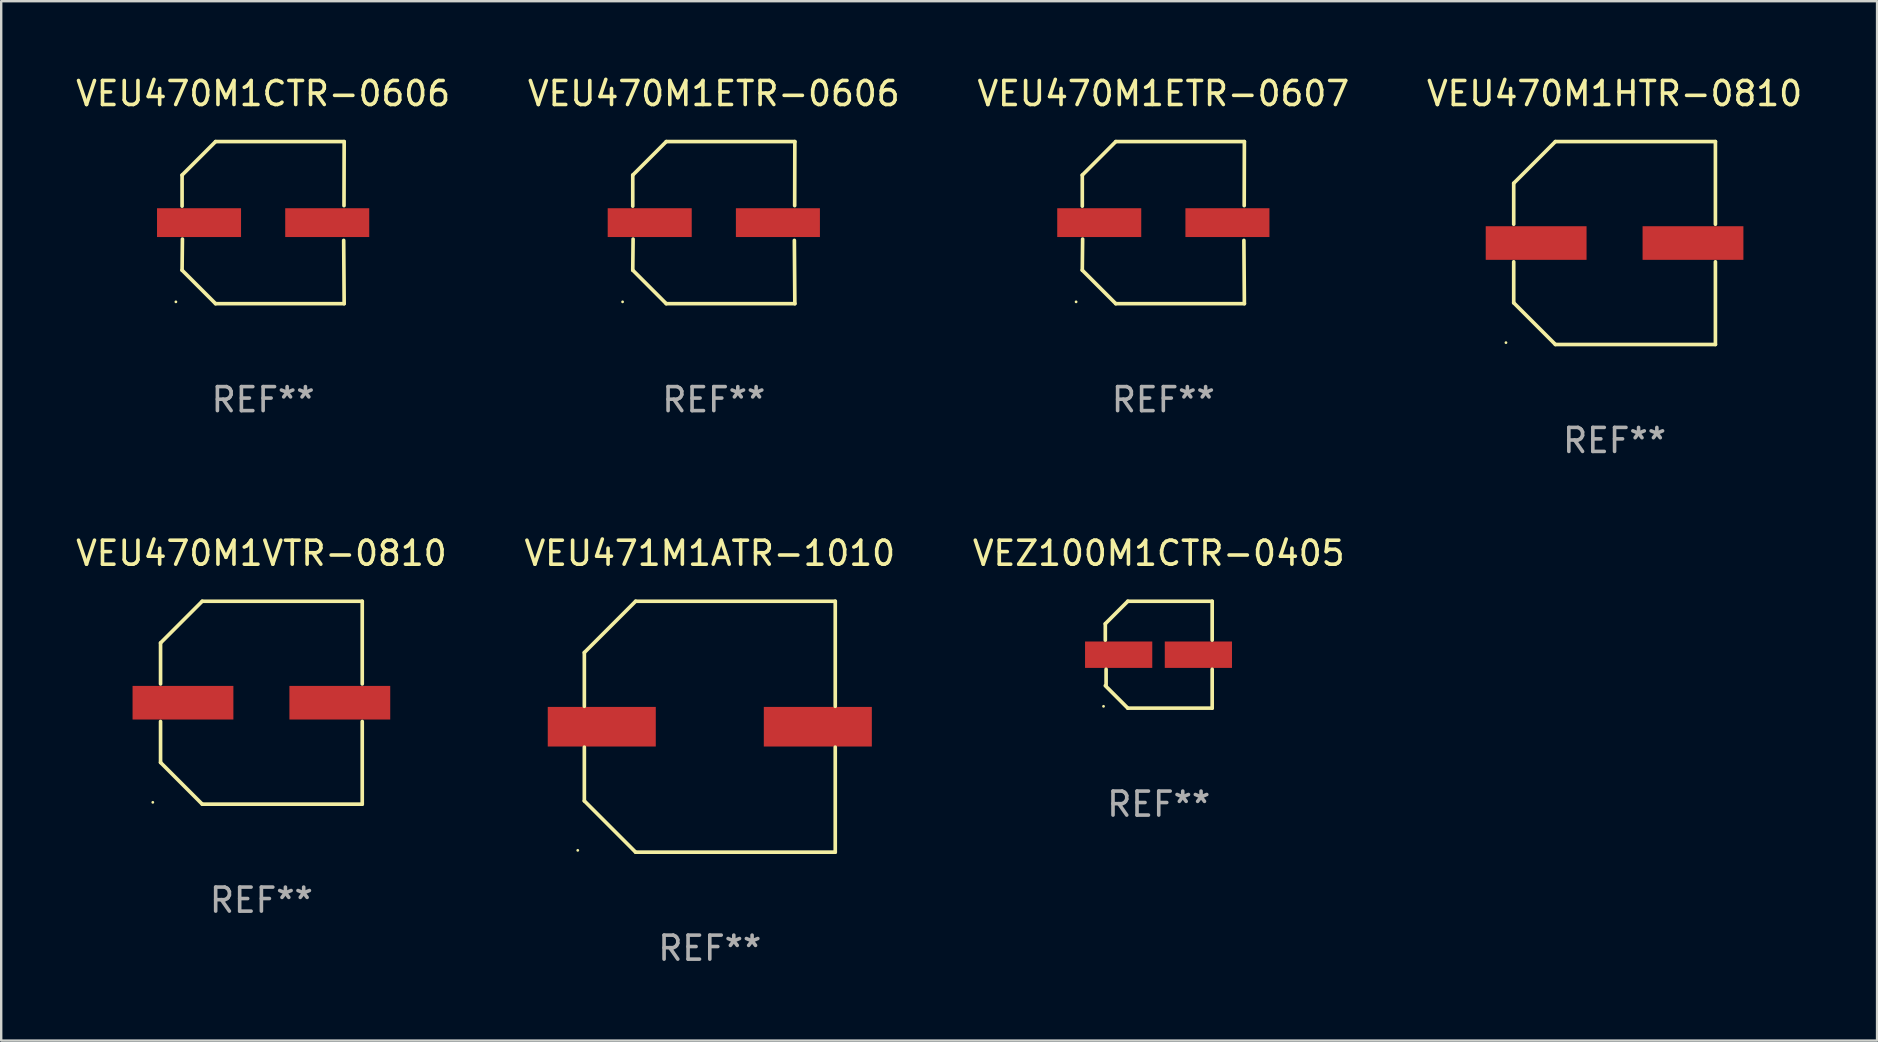
<source format=kicad_pcb>
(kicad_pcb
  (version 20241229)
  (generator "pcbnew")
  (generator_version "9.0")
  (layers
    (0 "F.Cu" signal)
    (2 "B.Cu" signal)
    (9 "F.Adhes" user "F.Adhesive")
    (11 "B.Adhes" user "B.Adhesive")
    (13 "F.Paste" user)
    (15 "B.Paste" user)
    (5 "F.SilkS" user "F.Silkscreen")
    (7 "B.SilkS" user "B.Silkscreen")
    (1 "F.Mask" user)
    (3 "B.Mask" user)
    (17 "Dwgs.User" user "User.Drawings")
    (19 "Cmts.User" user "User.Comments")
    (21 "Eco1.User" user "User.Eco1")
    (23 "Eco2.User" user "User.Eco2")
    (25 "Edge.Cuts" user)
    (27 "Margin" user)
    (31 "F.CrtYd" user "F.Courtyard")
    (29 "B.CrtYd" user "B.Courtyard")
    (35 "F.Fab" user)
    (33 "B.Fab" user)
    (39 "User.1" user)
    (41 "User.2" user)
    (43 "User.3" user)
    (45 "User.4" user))
  (footprint "VEZ100M1CTR-0405"
    (layer "F.Cu")
    (at 45.22 24.223)
    (property "Reference" "VEZ100M1CTR-0405" (at 0 -4.226 0) (layer "F.SilkS") (effects (font (size 1 1) (thickness 0.15))))
    (attr through_hole)
    (fp_line (start -2.226 -1.29) (end -2.226 -0.607) (stroke (width 0.152) (type solid)) (layer "F.SilkS"))
    (fp_line (start -2.193 1.29) (end -2.193 0.607) (stroke (width 0.152) (type solid)) (layer "F.SilkS"))
    (fp_line (start -1.29 2.226) (end -2.226 1.29) (stroke (width 0.152) (type solid)) (layer "F.SilkS"))
    (fp_line (start -1.29 -2.226) (end -2.226 -1.29) (stroke (width 0.152) (type solid)) (layer "F.SilkS"))
    (fp_line (start 2.226 -2.226) (end -1.29 -2.226) (stroke (width 0.152) (type solid)) (layer "F.SilkS"))
    (fp_line (start 2.226 -0.607) (end 2.226 -2.226) (stroke (width 0.152) (type solid)) (layer "F.SilkS"))
    (fp_line (start 2.226 0.607) (end 2.226 2.226) (stroke (width 0.152) (type solid)) (layer "F.SilkS"))
    (fp_line (start 2.226 2.226) (end -1.29 2.226) (stroke (width 0.152) (type solid)) (layer "F.SilkS"))
    (fp_circle (center -2.3 2.15) (end -2.27 2.15) (stroke (width 0.06) (type solid)) (fill no) (layer "F.SilkS"))
    (fp_text user "REF**" (at 0 6.226 0) (layer "F.Fab") (effects (font (size 1 1) (thickness 0.15))))
    (pad "1" smd rect (at -1.67 -0.000025) (size 2.8 1.1) (layers "F.Cu" "F.Mask" "F.Paste"))
    (pad "2" smd rect (at 1.651 -0.000025) (size 2.8 1.1) (layers "F.Cu" "F.Mask" "F.Paste")))
  (footprint "VEU470M1CTR-0606"
    (layer "F.Cu")
    (at 7.911 6.224)
    (property "Reference" "VEU470M1CTR-0606" (at 0 -5.376 0) (layer "F.SilkS") (effects (font (size 1 1) (thickness 0.15))))
    (attr through_hole)
    (fp_line (start -3.376 -1.98) (end -3.376 -0.686) (stroke (width 0.152) (type solid)) (layer "F.SilkS"))
    (fp_line (start -3.376 1.981) (end -3.362 0.686) (stroke (width 0.152) (type solid)) (layer "F.SilkS"))
    (fp_line (start -1.981 3.376) (end -3.376 1.981) (stroke (width 0.152) (type solid)) (layer "F.SilkS"))
    (fp_line (start -1.98 -3.376) (end -3.376 -1.98) (stroke (width 0.152) (type solid)) (layer "F.SilkS"))
    (fp_line (start 3.356 0.74) (end 3.376 3.376) (stroke (width 0.152) (type solid)) (layer "F.SilkS"))
    (fp_line (start 3.369 -0.707) (end 3.376 -3.376) (stroke (width 0.152) (type solid)) (layer "F.SilkS"))
    (fp_line (start 3.376 3.376) (end -1.981 3.376) (stroke (width 0.152) (type solid)) (layer "F.SilkS"))
    (fp_line (start 3.376 -3.376) (end -1.98 -3.376) (stroke (width 0.152) (type solid)) (layer "F.SilkS"))
    (fp_circle (center -3.634 3.3) (end -3.604 3.3) (stroke (width 0.06) (type solid)) (fill no) (layer "F.SilkS"))
    (fp_text user "REF**" (at 0 7.376 0) (layer "F.Fab") (effects (font (size 1 1) (thickness 0.15))))
    (pad "1" smd rect (at -2.67 0.000254) (size 3.5 1.2) (layers "F.Cu" "F.Mask" "F.Paste"))
    (pad "2" smd rect (at 2.67 0.000254) (size 3.5 1.2) (layers "F.Cu" "F.Mask" "F.Paste")))
  (footprint "VEU471M1ATR-1010"
    (layer "F.Cu")
    (at 26.518 27.223)
    (property "Reference" "VEU471M1ATR-1010" (at 0 -7.226 0) (layer "F.SilkS") (effects (font (size 1 1) (thickness 0.15))))
    (attr through_hole)
    (fp_line (start -5.226 -3.09) (end -5.226 -0.852) (stroke (width 0.152) (type solid)) (layer "F.SilkS"))
    (fp_line (start -5.226 3.09) (end -5.226 0.852) (stroke (width 0.152) (type solid)) (layer "F.SilkS"))
    (fp_line (start -3.09 -5.226) (end -5.226 -3.09) (stroke (width 0.152) (type solid)) (layer "F.SilkS"))
    (fp_line (start -3.09 5.226) (end -5.226 3.09) (stroke (width 0.152) (type solid)) (layer "F.SilkS"))
    (fp_line (start 5.226 -5.226) (end -3.09 -5.226) (stroke (width 0.152) (type solid)) (layer "F.SilkS"))
    (fp_line (start 5.226 -0.852) (end 5.226 -5.226) (stroke (width 0.152) (type solid)) (layer "F.SilkS"))
    (fp_line (start 5.226 0.852) (end 5.226 5.226) (stroke (width 0.152) (type solid)) (layer "F.SilkS"))
    (fp_line (start 5.226 5.226) (end -3.09 5.226) (stroke (width 0.152) (type solid)) (layer "F.SilkS"))
    (fp_circle (center -5.5 5.15) (end -5.47 5.15) (stroke (width 0.06) (type solid)) (fill no) (layer "F.SilkS"))
    (fp_text user "REF**" (at 0 9.226 0) (layer "F.Fab") (effects (font (size 1 1) (thickness 0.15))))
    (pad "1" smd rect (at -4.5 -0.000025) (size 4.5 1.65) (layers "F.Cu" "F.Mask" "F.Paste"))
    (pad "2" smd rect (at 4.5 -0.000025) (size 4.5 1.65) (layers "F.Cu" "F.Mask" "F.Paste")))
  (footprint "VEU470M1ETR-0606"
    (layer "F.Cu")
    (at 26.685 6.224)
    (property "Reference" "VEU470M1ETR-0606" (at 0 -5.376 0) (layer "F.SilkS") (effects (font (size 1 1) (thickness 0.15))))
    (attr through_hole)
    (fp_line (start -3.376 -1.98) (end -3.376 -0.686) (stroke (width 0.152) (type solid)) (layer "F.SilkS"))
    (fp_line (start -3.376 1.981) (end -3.362 0.686) (stroke (width 0.152) (type solid)) (layer "F.SilkS"))
    (fp_line (start -1.981 3.376) (end -3.376 1.981) (stroke (width 0.152) (type solid)) (layer "F.SilkS"))
    (fp_line (start -1.98 -3.376) (end -3.376 -1.98) (stroke (width 0.152) (type solid)) (layer "F.SilkS"))
    (fp_line (start 3.356 0.74) (end 3.376 3.376) (stroke (width 0.152) (type solid)) (layer "F.SilkS"))
    (fp_line (start 3.369 -0.707) (end 3.376 -3.376) (stroke (width 0.152) (type solid)) (layer "F.SilkS"))
    (fp_line (start 3.376 3.376) (end -1.981 3.376) (stroke (width 0.152) (type solid)) (layer "F.SilkS"))
    (fp_line (start 3.376 -3.376) (end -1.98 -3.376) (stroke (width 0.152) (type solid)) (layer "F.SilkS"))
    (fp_circle (center -3.8 3.3) (end -3.77 3.3) (stroke (width 0.06) (type solid)) (fill no) (layer "F.SilkS"))
    (fp_text user "REF**" (at 0 7.376 0) (layer "F.Fab") (effects (font (size 1 1) (thickness 0.15))))
    (pad "1" smd rect (at -2.67 0.000203) (size 3.5 1.2) (layers "F.Cu" "F.Mask" "F.Paste"))
    (pad "2" smd rect (at 2.67 0.000203) (size 3.5 1.2) (layers "F.Cu" "F.Mask" "F.Paste")))
  (footprint "VEU470M1HTR-0810"
    (layer "F.Cu")
    (at 64.208 7.074)
    (property "Reference" "VEU470M1HTR-0810" (at 0 -6.226 0) (layer "F.SilkS") (effects (font (size 1 1) (thickness 0.15))))
    (attr through_hole)
    (fp_line (start -4.201 -2.49) (end -4.201 -0.782) (stroke (width 0.152) (type solid)) (layer "F.SilkS"))
    (fp_line (start -4.201 2.49) (end -4.201 0.782) (stroke (width 0.152) (type solid)) (layer "F.SilkS"))
    (fp_line (start -2.465 -4.226) (end -4.201 -2.49) (stroke (width 0.152) (type solid)) (layer "F.SilkS"))
    (fp_line (start -2.465 4.226) (end -4.201 2.49) (stroke (width 0.152) (type solid)) (layer "F.SilkS"))
    (fp_line (start 4.201 -4.226) (end -2.465 -4.226) (stroke (width 0.152) (type solid)) (layer "F.SilkS"))
    (fp_line (start 4.201 -0.782) (end 4.201 -4.226) (stroke (width 0.152) (type solid)) (layer "F.SilkS"))
    (fp_line (start 4.201 0.782) (end 4.201 4.226) (stroke (width 0.152) (type solid)) (layer "F.SilkS"))
    (fp_line (start 4.201 4.226) (end -2.465 4.226) (stroke (width 0.152) (type solid)) (layer "F.SilkS"))
    (fp_circle (center -4.524 4.15) (end -4.494 4.15) (stroke (width 0.06) (type solid)) (fill no) (layer "F.SilkS"))
    (fp_text user "REF**" (at 0 8.226 0) (layer "F.Fab") (effects (font (size 1 1) (thickness 0.15))))
    (pad "1" smd rect (at -3.267 0) (size 4.2 1.4) (layers "F.Cu" "F.Mask" "F.Paste"))
    (pad "2" smd rect (at 3.267 0) (size 4.2 1.4) (layers "F.Cu" "F.Mask" "F.Paste")))
  (footprint "VEU470M1ETR-0607"
    (layer "F.Cu")
    (at 45.411 6.224)
    (property "Reference" "VEU470M1ETR-0607" (at 0 -5.376 0) (layer "F.SilkS") (effects (font (size 1 1) (thickness 0.15))))
    (attr through_hole)
    (fp_line (start -3.376 -1.98) (end -3.376 -0.686) (stroke (width 0.152) (type solid)) (layer "F.SilkS"))
    (fp_line (start -3.376 1.981) (end -3.362 0.686) (stroke (width 0.152) (type solid)) (layer "F.SilkS"))
    (fp_line (start -1.981 3.376) (end -3.376 1.981) (stroke (width 0.152) (type solid)) (layer "F.SilkS"))
    (fp_line (start -1.98 -3.376) (end -3.376 -1.98) (stroke (width 0.152) (type solid)) (layer "F.SilkS"))
    (fp_line (start 3.356 0.74) (end 3.376 3.376) (stroke (width 0.152) (type solid)) (layer "F.SilkS"))
    (fp_line (start 3.369 -0.707) (end 3.376 -3.376) (stroke (width 0.152) (type solid)) (layer "F.SilkS"))
    (fp_line (start 3.376 3.376) (end -1.981 3.376) (stroke (width 0.152) (type solid)) (layer "F.SilkS"))
    (fp_line (start 3.376 -3.376) (end -1.98 -3.376) (stroke (width 0.152) (type solid)) (layer "F.SilkS"))
    (fp_circle (center -3.634 3.3) (end -3.604 3.3) (stroke (width 0.06) (type solid)) (fill no) (layer "F.SilkS"))
    (fp_text user "REF**" (at 0 7.376 0) (layer "F.Fab") (effects (font (size 1 1) (thickness 0.15))))
    (pad "1" smd rect (at -2.67 0.000254) (size 3.5 1.2) (layers "F.Cu" "F.Mask" "F.Paste"))
    (pad "2" smd rect (at 2.67 0.000254) (size 3.5 1.2) (layers "F.Cu" "F.Mask" "F.Paste")))
  (footprint "VEU470M1VTR-0810"
    (layer "F.Cu")
    (at 7.839 26.223)
    (property "Reference" "VEU470M1VTR-0810" (at 0 -6.226 0) (layer "F.SilkS") (effects (font (size 1 1) (thickness 0.15))))
    (attr through_hole)
    (fp_line (start -4.201 -2.49) (end -4.201 -0.782) (stroke (width 0.152) (type solid)) (layer "F.SilkS"))
    (fp_line (start -4.201 2.49) (end -4.201 0.782) (stroke (width 0.152) (type solid)) (layer "F.SilkS"))
    (fp_line (start -2.465 -4.226) (end -4.201 -2.49) (stroke (width 0.152) (type solid)) (layer "F.SilkS"))
    (fp_line (start -2.465 4.226) (end -4.201 2.49) (stroke (width 0.152) (type solid)) (layer "F.SilkS"))
    (fp_line (start 4.201 -4.226) (end -2.465 -4.226) (stroke (width 0.152) (type solid)) (layer "F.SilkS"))
    (fp_line (start 4.201 -0.782) (end 4.201 -4.226) (stroke (width 0.152) (type solid)) (layer "F.SilkS"))
    (fp_line (start 4.201 0.782) (end 4.201 4.226) (stroke (width 0.152) (type solid)) (layer "F.SilkS"))
    (fp_line (start 4.201 4.226) (end -2.465 4.226) (stroke (width 0.152) (type solid)) (layer "F.SilkS"))
    (fp_circle (center -4.524 4.15) (end -4.494 4.15) (stroke (width 0.06) (type solid)) (fill no) (layer "F.SilkS"))
    (fp_text user "REF**" (at 0 8.226 0) (layer "F.Fab") (effects (font (size 1 1) (thickness 0.15))))
    (pad "1" smd rect (at -3.267 0) (size 4.2 1.4) (layers "F.Cu" "F.Mask" "F.Paste"))
    (pad "2" smd rect (at 3.267 0) (size 4.2 1.4) (layers "F.Cu" "F.Mask" "F.Paste")))
  (gr_rect
    (start -3 -3)
    (end 75.143 40.298)
    (stroke (width 0.1) (type default))
    (fill no)
    (layer "Edge.Cuts")))
</source>
